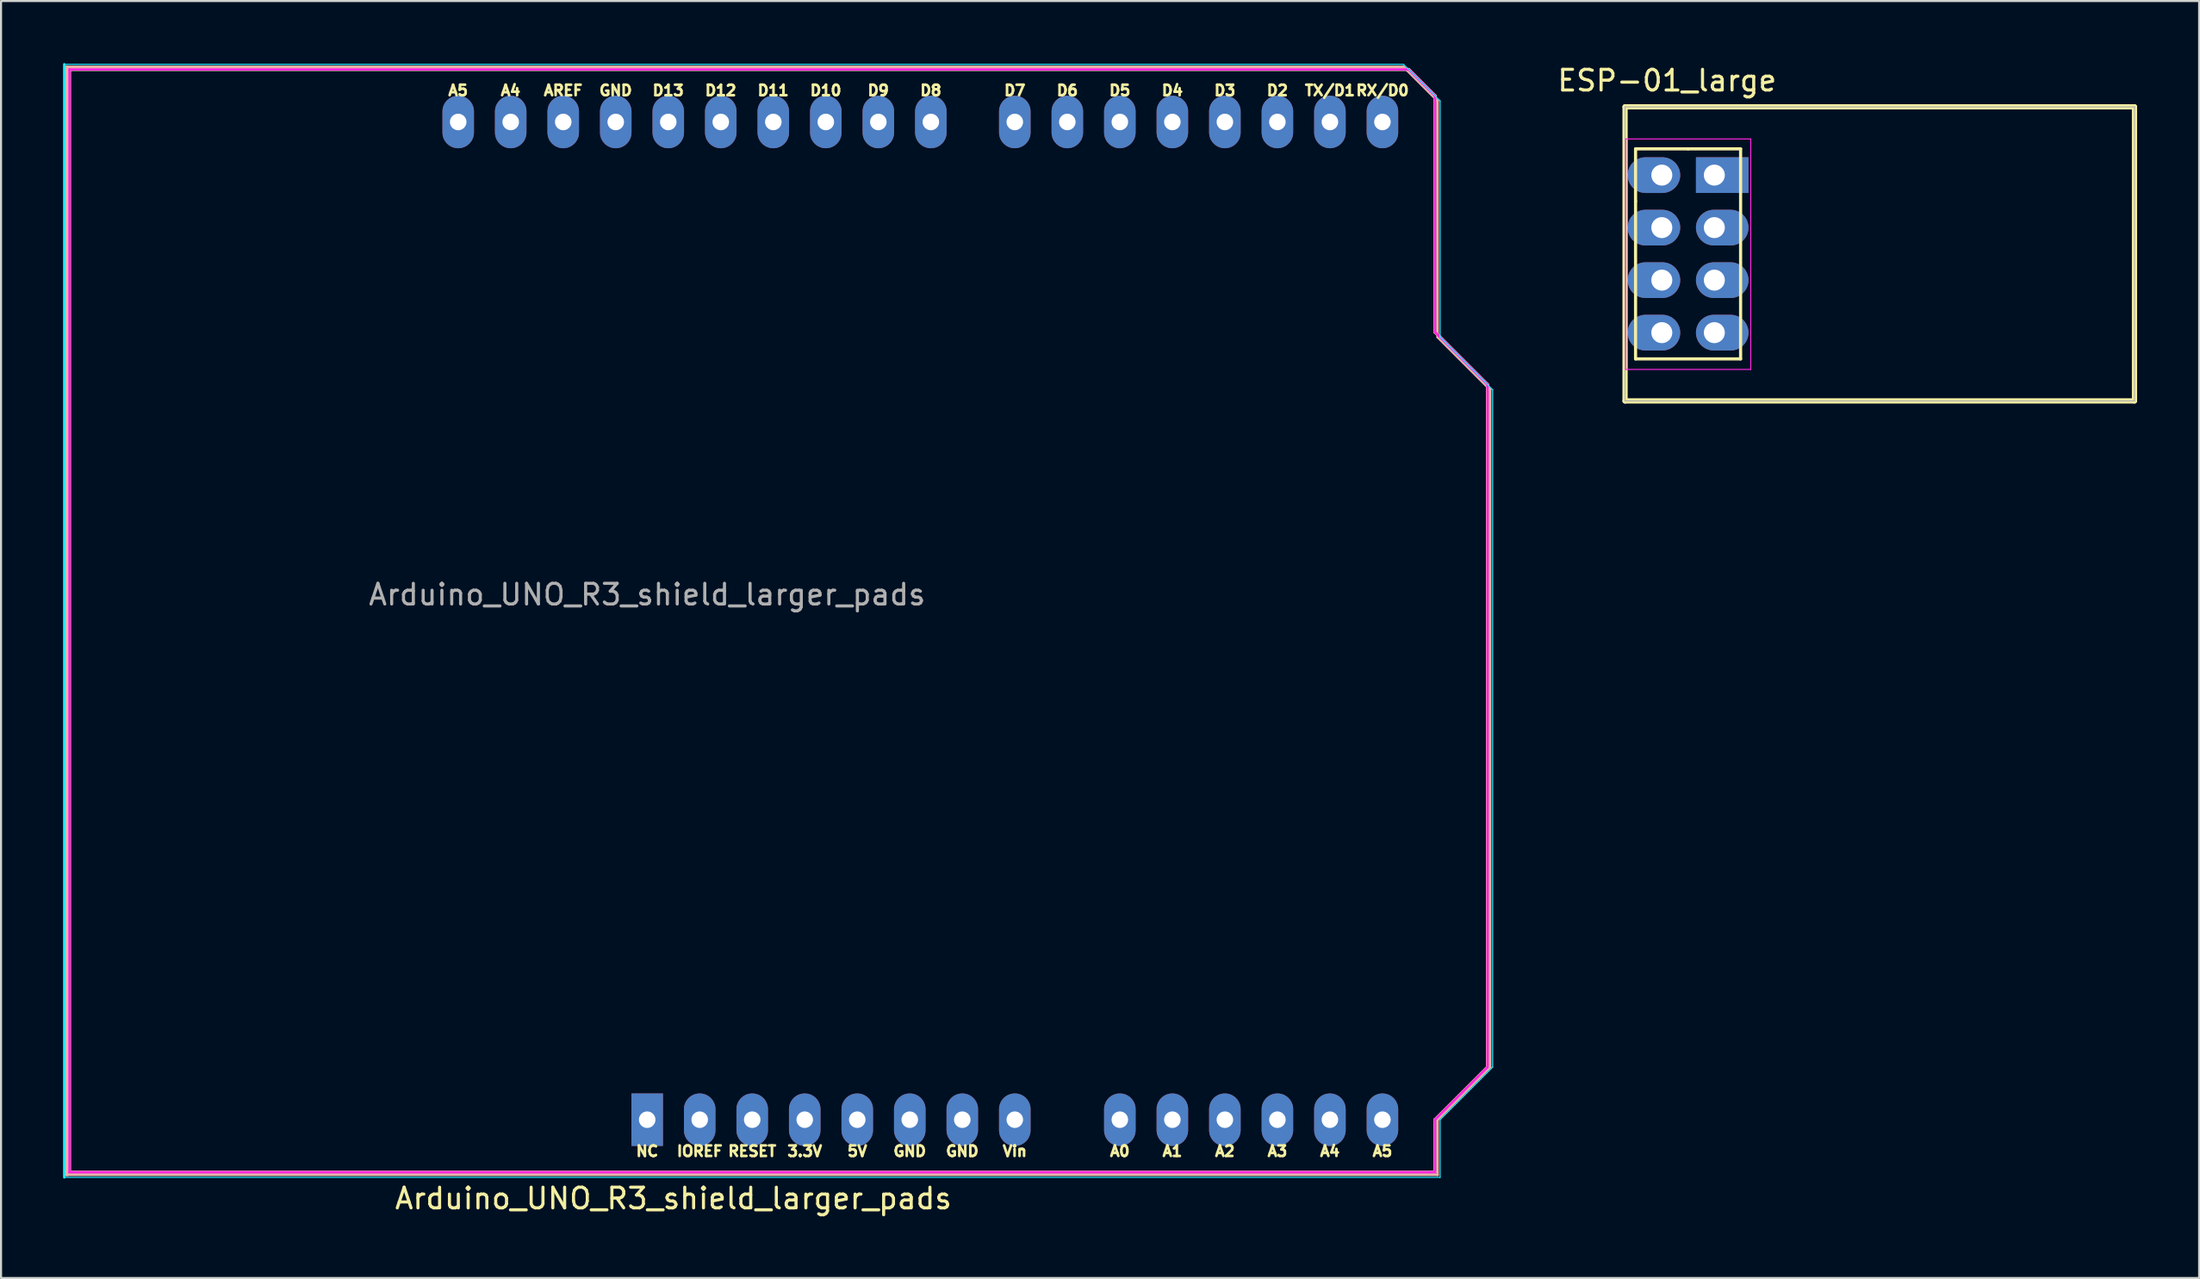
<source format=kicad_pcb>
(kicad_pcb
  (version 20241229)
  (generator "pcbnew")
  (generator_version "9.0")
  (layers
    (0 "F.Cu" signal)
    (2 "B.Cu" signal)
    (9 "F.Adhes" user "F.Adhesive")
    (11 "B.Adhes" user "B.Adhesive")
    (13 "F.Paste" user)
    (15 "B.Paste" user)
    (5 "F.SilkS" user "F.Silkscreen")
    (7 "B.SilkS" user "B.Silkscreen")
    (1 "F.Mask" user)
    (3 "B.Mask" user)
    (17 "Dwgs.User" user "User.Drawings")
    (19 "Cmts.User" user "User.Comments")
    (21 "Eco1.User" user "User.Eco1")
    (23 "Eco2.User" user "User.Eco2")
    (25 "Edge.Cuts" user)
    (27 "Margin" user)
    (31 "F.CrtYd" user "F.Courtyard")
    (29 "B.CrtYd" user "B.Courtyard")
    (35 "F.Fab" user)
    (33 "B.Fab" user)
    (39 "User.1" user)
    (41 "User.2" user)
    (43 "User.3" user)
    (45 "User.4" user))
  (footprint "Arduino_UNO_R3_shield_larger_pads"
    (layer "F.Cu")
    (at 28.25 51.11)
    (property "Reference" "Arduino_UNO_R3_shield_larger_pads" (at 1.27 3.81 180) (layer "F.SilkS") (effects (font (size 1 1) (thickness 0.15))))
    (attr through_hole)
    (fp_line (start -27.94 -50.8) (end -27.94 2.54) (stroke (width 0.15) (type solid)) (layer "F.SilkS"))
    (fp_line (start -27.94 2.54) (end 38.1 2.54) (stroke (width 0.15) (type solid)) (layer "F.SilkS"))
    (fp_line (start 36.83 -50.8) (end -27.94 -50.8) (stroke (width 0.15) (type solid)) (layer "F.SilkS"))
    (fp_line (start 38.1 -49.53) (end 36.83 -50.8) (stroke (width 0.15) (type solid)) (layer "F.SilkS"))
    (fp_line (start 38.1 -38.1) (end 38.1 -49.53) (stroke (width 0.15) (type solid)) (layer "F.SilkS"))
    (fp_line (start 38.1 0) (end 40.64 -2.54) (stroke (width 0.15) (type solid)) (layer "F.SilkS"))
    (fp_line (start 38.1 2.54) (end 38.1 0) (stroke (width 0.15) (type solid)) (layer "F.SilkS"))
    (fp_line (start 40.64 -35.56) (end 38.1 -38.1) (stroke (width 0.15) (type solid)) (layer "F.SilkS"))
    (fp_line (start 40.64 -2.54) (end 40.64 -35.56) (stroke (width 0.15) (type solid)) (layer "F.SilkS"))
    (fp_line (start -28.07 -50.93) (end 36.58 -50.93) (stroke (width 0.12) (type solid)) (layer "B.SilkS"))
    (fp_line (start -28.07 2.67) (end -28.07 -50.93) (stroke (width 0.15) (type solid)) (layer "B.SilkS"))
    (fp_line (start 36.58 -50.93) (end 38.23 -49.28) (stroke (width 0.12) (type solid)) (layer "B.SilkS"))
    (fp_line (start 38.23 -49.28) (end 38.23 -37.85) (stroke (width 0.12) (type solid)) (layer "B.SilkS"))
    (fp_line (start 38.23 -37.85) (end 40.77 -35.31) (stroke (width 0.12) (type solid)) (layer "B.SilkS"))
    (fp_line (start 38.23 0) (end 38.23 2.67) (stroke (width 0.12) (type solid)) (layer "B.SilkS"))
    (fp_line (start 38.23 2.67) (end -28.07 2.67) (stroke (width 0.12) (type solid)) (layer "B.SilkS"))
    (fp_line (start 40.77 -35.31) (end 40.77 -2.54) (stroke (width 0.12) (type solid)) (layer "B.SilkS"))
    (fp_line (start 40.77 -2.54) (end 38.23 0) (stroke (width 0.12) (type solid)) (layer "B.SilkS"))
    (fp_line (start -28.19 -51.05) (end -28.19 2.79) (stroke (width 0.12) (type solid)) (layer "B.CrtYd"))
    (fp_line (start -28.19 2.79) (end 38.35 2.79) (stroke (width 0.05) (type solid)) (layer "B.CrtYd"))
    (fp_line (start 36.58 -51.05) (end -28.19 -51.05) (stroke (width 0.05) (type solid)) (layer "B.CrtYd"))
    (fp_line (start 38.35 -49.28) (end 36.58 -51.05) (stroke (width 0.05) (type solid)) (layer "B.CrtYd"))
    (fp_line (start 38.35 -37.85) (end 38.35 -49.28) (stroke (width 0.05) (type solid)) (layer "B.CrtYd"))
    (fp_line (start 38.35 0) (end 40.89 -2.54) (stroke (width 0.05) (type solid)) (layer "B.CrtYd"))
    (fp_line (start 38.35 2.79) (end 38.35 0) (stroke (width 0.05) (type solid)) (layer "B.CrtYd"))
    (fp_line (start 40.89 -35.31) (end 38.35 -37.85) (stroke (width 0.05) (type solid)) (layer "B.CrtYd"))
    (fp_line (start 40.89 -2.54) (end 40.89 -35.31) (stroke (width 0.05) (type solid)) (layer "B.CrtYd"))
    (fp_line (start -27.94 -50.8) (end -27.94 2.54) (stroke (width 0.12) (type solid)) (layer "F.CrtYd"))
    (fp_line (start -27.94 2.54) (end 38.1 2.54) (stroke (width 0.12) (type solid)) (layer "F.CrtYd"))
    (fp_line (start 36.83 -50.8) (end -27.94 -50.8) (stroke (width 0.12) (type solid)) (layer "F.CrtYd"))
    (fp_line (start 38.1 -49.53) (end 36.83 -50.8) (stroke (width 0.12) (type solid)) (layer "F.CrtYd"))
    (fp_line (start 38.1 -38.1) (end 38.1 -49.53) (stroke (width 0.12) (type solid)) (layer "F.CrtYd"))
    (fp_line (start 38.1 0) (end 40.64 -2.54) (stroke (width 0.12) (type solid)) (layer "F.CrtYd"))
    (fp_line (start 38.1 2.54) (end 38.1 0) (stroke (width 0.12) (type solid)) (layer "F.CrtYd"))
    (fp_line (start 40.64 -35.56) (end 38.1 -38.1) (stroke (width 0.12) (type solid)) (layer "F.CrtYd"))
    (fp_line (start 40.64 -2.54) (end 40.64 -35.56) (stroke (width 0.12) (type solid)) (layer "F.CrtYd"))
    (fp_text user "A4" (at 33.02 1.524 0) (layer "F.SilkS") (effects (font (size 0.508 0.508) (thickness 0.127))))
    (fp_text user "D11" (at 6.096 -49.784 0) (layer "F.SilkS") (effects (font (size 0.508 0.508) (thickness 0.127))))
    (fp_text user "A2" (at 27.94 1.524 0) (layer "F.SilkS") (effects (font (size 0.508 0.508) (thickness 0.127))))
    (fp_text user "IOREF" (at 2.54 1.524 0) (layer "F.SilkS") (effects (font (size 0.508 0.508) (thickness 0.127))))
    (fp_text user "A5" (at 35.56 1.524 0) (layer "F.SilkS") (effects (font (size 0.508 0.508) (thickness 0.127))))
    (fp_text user "D3" (at 27.94 -49.784 0) (layer "F.SilkS") (effects (font (size 0.508 0.508) (thickness 0.127))))
    (fp_text user "D5" (at 22.86 -49.784 0) (layer "F.SilkS") (effects (font (size 0.508 0.508) (thickness 0.127))))
    (fp_text user "D2" (at 30.48 -49.784 0) (layer "F.SilkS") (effects (font (size 0.508 0.508) (thickness 0.127))))
    (fp_text user "D7" (at 17.78 -49.784 0) (layer "F.SilkS") (effects (font (size 0.508 0.508) (thickness 0.127))))
    (fp_text user "Vin" (at 17.78 1.524 0) (layer "F.SilkS") (effects (font (size 0.508 0.508) (thickness 0.127))))
    (fp_text user "AREF" (at -4.064 -49.784 0) (layer "F.SilkS") (effects (font (size 0.508 0.508) (thickness 0.127))))
    (fp_text user "TX/D1" (at 33.02 -49.784 0) (layer "F.SilkS") (effects (font (size 0.508 0.508) (thickness 0.127))))
    (fp_text user "3.3V" (at 7.62 1.524 0) (layer "F.SilkS") (effects (font (size 0.508 0.508) (thickness 0.127))))
    (fp_text user "GND" (at -1.524 -49.784 0) (layer "F.SilkS") (effects (font (size 0.508 0.508) (thickness 0.127))))
    (fp_text user "D4" (at 25.4 -49.784 0) (layer "F.SilkS") (effects (font (size 0.508 0.508) (thickness 0.127))))
    (fp_text user "GND" (at 15.24 1.524 0) (layer "F.SilkS") (effects (font (size 0.508 0.508) (thickness 0.127))))
    (fp_text user "A4" (at -6.604 -49.784 0) (layer "F.SilkS") (effects (font (size 0.508 0.508) (thickness 0.127))))
    (fp_text user "RESET" (at 5.08 1.524 0) (layer "F.SilkS") (effects (font (size 0.508 0.508) (thickness 0.127))))
    (fp_text user "A0" (at 22.86 1.524 0) (layer "F.SilkS") (effects (font (size 0.508 0.508) (thickness 0.127))))
    (fp_text user "A5" (at -9.144 -49.784 0) (layer "F.SilkS") (effects (font (size 0.508 0.508) (thickness 0.127))))
    (fp_text user "D12" (at 3.556 -49.784 0) (layer "F.SilkS") (effects (font (size 0.508 0.508) (thickness 0.127))))
    (fp_text user "D9" (at 11.176 -49.784 0) (layer "F.SilkS") (effects (font (size 0.508 0.508) (thickness 0.127))))
    (fp_text user "A1" (at 25.4 1.524 0) (layer "F.SilkS") (effects (font (size 0.508 0.508) (thickness 0.127))))
    (fp_text user "NC" (at 0 1.524 0) (layer "F.SilkS") (effects (font (size 0.508 0.508) (thickness 0.127))))
    (fp_text user "A3" (at 30.48 1.524 0) (layer "F.SilkS") (effects (font (size 0.508 0.508) (thickness 0.127))))
    (fp_text user "GND" (at 12.7 1.524 0) (layer "F.SilkS") (effects (font (size 0.508 0.508) (thickness 0.127))))
    (fp_text user "RX/D0" (at 35.56 -49.784 0) (layer "F.SilkS") (effects (font (size 0.508 0.508) (thickness 0.127))))
    (fp_text user "5V" (at 10.16 1.524 0) (layer "F.SilkS") (effects (font (size 0.508 0.508) (thickness 0.127))))
    (fp_text user "D8" (at 13.716 -49.784 0) (layer "F.SilkS") (effects (font (size 0.508 0.508) (thickness 0.127))))
    (fp_text user "D6" (at 20.32 -49.784 0) (layer "F.SilkS") (effects (font (size 0.508 0.508) (thickness 0.127))))
    (fp_text user "D13" (at 1.016 -49.784 0) (layer "F.SilkS") (effects (font (size 0.508 0.508) (thickness 0.127))))
    (fp_text user "D10" (at 8.636 -49.784 0) (layer "F.SilkS") (effects (font (size 0.508 0.508) (thickness 0.127))))
    (fp_text user "${REFERENCE}" (at 0 -25.4 180) (layer "F.Fab") (effects (font (size 1 1) (thickness 0.15))))
    (pad "1" thru_hole rect (at 0 0 270) (size 2.54 1.524) (drill 0.8) (layers "*.Cu" "*.Mask"))
    (pad "2" thru_hole oval (at 2.54 0 270) (size 2.54 1.524) (drill 0.8) (layers "*.Cu" "*.Mask"))
    (pad "3" thru_hole oval (at 5.08 0 270) (size 2.54 1.524) (drill 0.8) (layers "*.Cu" "*.Mask"))
    (pad "4" thru_hole oval (at 7.62 0 270) (size 2.54 1.524) (drill 0.8) (layers "*.Cu" "*.Mask"))
    (pad "5" thru_hole oval (at 10.16 0 270) (size 2.54 1.524) (drill 0.8) (layers "*.Cu" "*.Mask"))
    (pad "6" thru_hole oval (at 12.7 0 270) (size 2.54 1.524) (drill 0.8) (layers "*.Cu" "*.Mask"))
    (pad "7" thru_hole oval (at 15.24 0 270) (size 2.54 1.524) (drill 0.8) (layers "*.Cu" "*.Mask"))
    (pad "8" thru_hole oval (at 17.78 0 270) (size 2.54 1.524) (drill 0.8) (layers "*.Cu" "*.Mask"))
    (pad "9" thru_hole oval (at 22.86 0 270) (size 2.54 1.524) (drill 0.8) (layers "*.Cu" "*.Mask"))
    (pad "10" thru_hole oval (at 25.4 0 270) (size 2.54 1.524) (drill 0.8) (layers "*.Cu" "*.Mask"))
    (pad "11" thru_hole oval (at 27.94 0 270) (size 2.54 1.524) (drill 0.8) (layers "*.Cu" "*.Mask"))
    (pad "12" thru_hole oval (at 30.48 0 270) (size 2.54 1.524) (drill 0.8) (layers "*.Cu" "*.Mask"))
    (pad "13" thru_hole oval (at 33.02 0 270) (size 2.54 1.524) (drill 0.8) (layers "*.Cu" "*.Mask"))
    (pad "14" thru_hole oval (at 35.56 0 270) (size 2.54 1.524) (drill 0.8) (layers "*.Cu" "*.Mask"))
    (pad "15" thru_hole oval (at 35.56 -48.26 270) (size 2.54 1.524) (drill 0.8) (layers "*.Cu" "*.Mask"))
    (pad "16" thru_hole oval (at 33.02 -48.26 270) (size 2.54 1.524) (drill 0.8) (layers "*.Cu" "*.Mask"))
    (pad "17" thru_hole oval (at 30.48 -48.26 270) (size 2.54 1.524) (drill 0.8) (layers "*.Cu" "*.Mask"))
    (pad "18" thru_hole oval (at 27.94 -48.26 270) (size 2.54 1.524) (drill 0.8) (layers "*.Cu" "*.Mask"))
    (pad "19" thru_hole oval (at 25.4 -48.26 270) (size 2.54 1.524) (drill 0.8) (layers "*.Cu" "*.Mask"))
    (pad "20" thru_hole oval (at 22.86 -48.26 270) (size 2.54 1.524) (drill 0.8) (layers "*.Cu" "*.Mask"))
    (pad "21" thru_hole oval (at 20.32 -48.26 270) (size 2.54 1.524) (drill 0.8) (layers "*.Cu" "*.Mask"))
    (pad "22" thru_hole oval (at 17.78 -48.26 270) (size 2.54 1.524) (drill 0.8) (layers "*.Cu" "*.Mask"))
    (pad "23" thru_hole oval (at 13.72 -48.26 270) (size 2.54 1.524) (drill 0.8) (layers "*.Cu" "*.Mask"))
    (pad "24" thru_hole oval (at 11.18 -48.26 270) (size 2.54 1.524) (drill 0.8) (layers "*.Cu" "*.Mask"))
    (pad "25" thru_hole oval (at 8.64 -48.26 270) (size 2.54 1.524) (drill 0.8) (layers "*.Cu" "*.Mask"))
    (pad "26" thru_hole oval (at 6.1 -48.26 270) (size 2.54 1.524) (drill 0.8) (layers "*.Cu" "*.Mask"))
    (pad "27" thru_hole oval (at 3.56 -48.26 270) (size 2.54 1.524) (drill 0.8) (layers "*.Cu" "*.Mask"))
    (pad "28" thru_hole oval (at 1.02 -48.26 270) (size 2.54 1.524) (drill 0.8) (layers "*.Cu" "*.Mask"))
    (pad "29" thru_hole oval (at -1.52 -48.26 270) (size 2.54 1.524) (drill 0.8) (layers "*.Cu" "*.Mask"))
    (pad "30" thru_hole oval (at -4.06 -48.26 270) (size 2.54 1.524) (drill 0.8) (layers "*.Cu" "*.Mask"))
    (pad "31" thru_hole oval (at -6.6 -48.26 270) (size 2.54 1.524) (drill 0.8) (layers "*.Cu" "*.Mask"))
    (pad "32" thru_hole oval (at -9.14 -48.26 270) (size 2.54 1.524) (drill 0.8) (layers "*.Cu" "*.Mask")))
  (footprint "ESP-01_large"
    (layer "F.Cu")
    (at 77.322 5.42)
    (property "Reference" "ESP-01_large" (at 0.254 -4.572 0) (layer "F.SilkS") (effects (font (size 1 1) (thickness 0.15))))
    (attr through_hole)
    (fp_line (start -1.778 -3.302) (end 22.86 -3.302) (stroke (width 0.254) (type solid)) (layer "F.SilkS"))
    (fp_line (start -1.778 10.922) (end -1.778 -3.302) (stroke (width 0.254) (type solid)) (layer "F.SilkS"))
    (fp_line (start -1.27 -1.27) (end -1.27 1.27) (stroke (width 0.152) (type solid)) (layer "F.SilkS"))
    (fp_line (start -1.27 1.27) (end -1.27 8.89) (stroke (width 0.152) (type solid)) (layer "F.SilkS"))
    (fp_line (start -1.27 8.89) (end 3.81 8.89) (stroke (width 0.152) (type solid)) (layer "F.SilkS"))
    (fp_line (start 1.27 -1.27) (end -1.27 -1.27) (stroke (width 0.152) (type solid)) (layer "F.SilkS"))
    (fp_line (start 3.81 -1.27) (end 1.27 -1.27) (stroke (width 0.152) (type solid)) (layer "F.SilkS"))
    (fp_line (start 3.81 8.89) (end 3.81 -1.27) (stroke (width 0.152) (type solid)) (layer "F.SilkS"))
    (fp_line (start 22.86 -3.302) (end 22.86 10.922) (stroke (width 0.254) (type solid)) (layer "F.SilkS"))
    (fp_line (start 22.86 10.922) (end -1.778 10.922) (stroke (width 0.254) (type solid)) (layer "F.SilkS"))
    (fp_line (start -1.75 -1.75) (end -1.75 9.4) (stroke (width 0.05) (type solid)) (layer "F.CrtYd"))
    (fp_line (start -1.75 -1.75) (end 4.3 -1.75) (stroke (width 0.05) (type solid)) (layer "F.CrtYd"))
    (fp_line (start -1.75 9.4) (end 4.3 9.4) (stroke (width 0.05) (type solid)) (layer "F.CrtYd"))
    (fp_line (start 4.3 -1.75) (end 4.3 9.4) (stroke (width 0.05) (type solid)) (layer "F.CrtYd"))
    (fp_line (start -1.778 -3.302) (end 22.86 -3.302) (stroke (width 0.05) (type solid)) (layer "F.Fab"))
    (fp_line (start -1.778 10.922) (end -1.778 -3.302) (stroke (width 0.05) (type solid)) (layer "F.Fab"))
    (fp_line (start 22.86 -3.302) (end 22.86 10.922) (stroke (width 0.05) (type solid)) (layer "F.Fab"))
    (fp_line (start 22.86 10.922) (end -1.778 10.922) (stroke (width 0.05) (type solid)) (layer "F.Fab"))
    (pad "1" thru_hole rect (at 2.54 0) (size 2.54 1.727) (drill 1.016 (offset 0.381 0)) (layers "*.Cu" "*.Mask"))
    (pad "2" thru_hole oval (at 0 0) (size 2.54 1.727) (drill 1.016 (offset -0.381 0)) (layers "*.Cu" "*.Mask"))
    (pad "3" thru_hole oval (at 2.54 2.54) (size 2.54 1.727) (drill 1.016 (offset 0.381 0)) (layers "*.Cu" "*.Mask"))
    (pad "4" thru_hole oval (at 0 2.54) (size 2.54 1.727) (drill 1.016 (offset -0.381 0)) (layers "*.Cu" "*.Mask"))
    (pad "5" thru_hole oval (at 2.54 5.08) (size 2.54 1.727) (drill 1.016 (offset 0.381 0)) (layers "*.Cu" "*.Mask"))
    (pad "6" thru_hole oval (at 0 5.08) (size 2.54 1.727) (drill 1.016 (offset -0.381 0)) (layers "*.Cu" "*.Mask"))
    (pad "7" thru_hole oval (at 2.54 7.62) (size 2.54 1.727) (drill 1.016 (offset 0.381 0)) (layers "*.Cu" "*.Mask"))
    (pad "8" thru_hole oval (at 0 7.62) (size 2.54 1.727) (drill 1.016 (offset -0.381 0)) (layers "*.Cu" "*.Mask")))
  (gr_rect
    (start -3 -3)
    (end 103.309 58.768)
    (stroke (width 0.1) (type default))
    (fill no)
    (layer "Edge.Cuts")))
</source>
